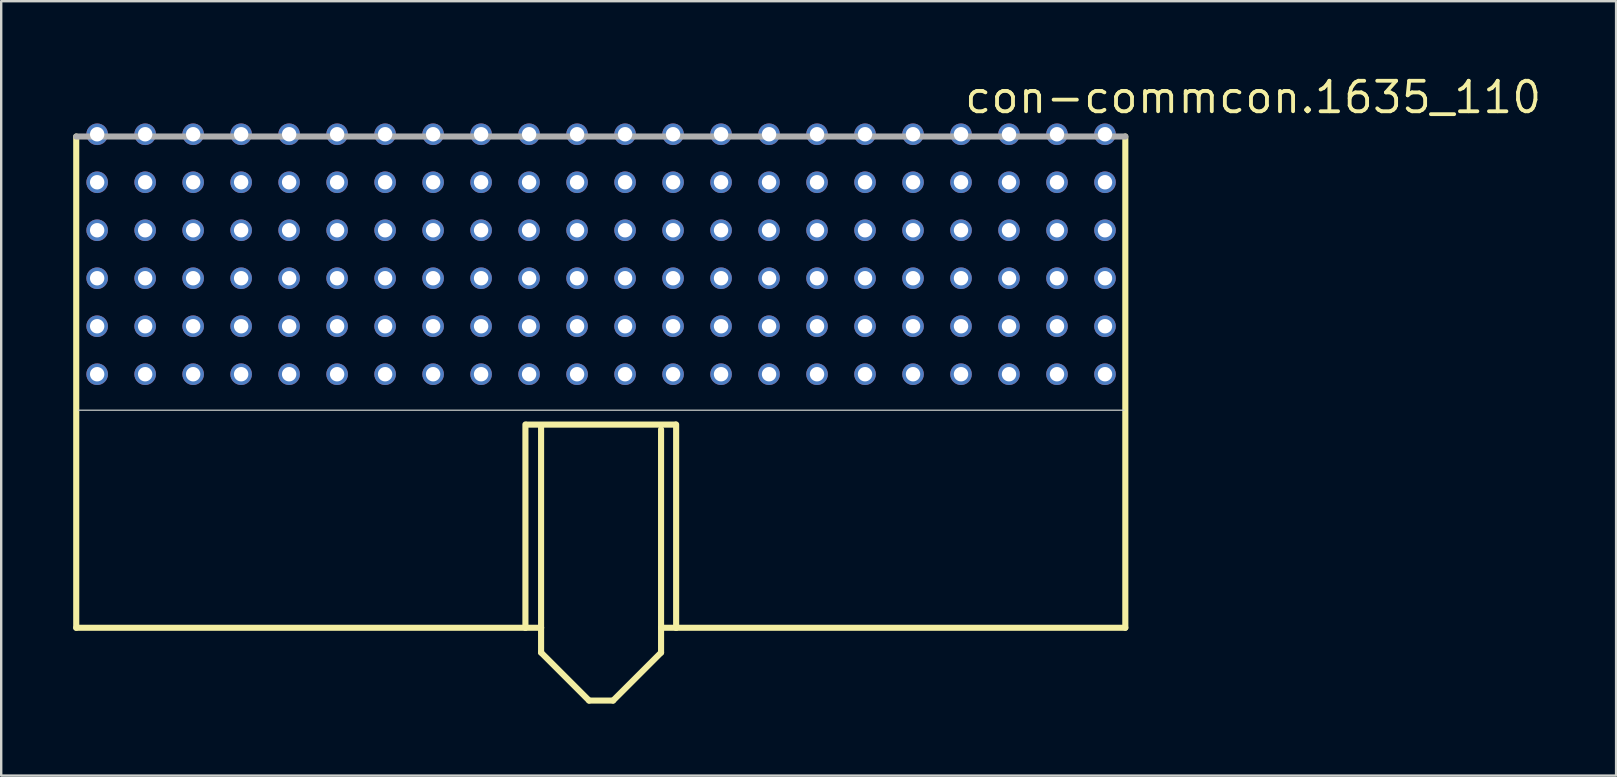
<source format=kicad_pcb>
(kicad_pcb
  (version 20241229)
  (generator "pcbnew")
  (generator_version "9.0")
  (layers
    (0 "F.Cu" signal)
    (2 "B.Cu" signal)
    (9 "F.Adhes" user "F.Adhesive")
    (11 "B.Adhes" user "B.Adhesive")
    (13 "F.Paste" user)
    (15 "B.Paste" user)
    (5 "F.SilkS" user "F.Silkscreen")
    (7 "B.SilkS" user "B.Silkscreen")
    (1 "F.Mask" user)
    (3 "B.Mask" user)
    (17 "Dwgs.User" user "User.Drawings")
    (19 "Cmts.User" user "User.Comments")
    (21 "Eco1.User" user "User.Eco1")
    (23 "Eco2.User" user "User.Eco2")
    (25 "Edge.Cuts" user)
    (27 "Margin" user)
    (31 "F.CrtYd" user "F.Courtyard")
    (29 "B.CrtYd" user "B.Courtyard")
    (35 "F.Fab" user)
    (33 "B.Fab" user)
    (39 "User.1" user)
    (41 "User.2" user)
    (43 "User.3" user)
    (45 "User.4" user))
  (footprint "con-commcon.1635_110"
    (layer "F.Cu")
    (at 21.999 13.815)
    (property "Reference" "con-commcon.1635_110" (at 15.065 -12.065 0) (layer "F.SilkS") (effects (font (size 1.27 1.27) (thickness 0.16)) (justify left bottom)))
    (attr through_hole)
    (fp_line (start -21.872 -11.176) (end -21.872 9.296) (stroke (width 0.254) (type default)) (layer "F.SilkS"))
    (fp_line (start -21.872 9.296) (end -3.153 9.296) (stroke (width 0.254) (type default)) (layer "F.SilkS"))
    (fp_line (start -3.153 9.296) (end -3.153 0.824) (stroke (width 0.254) (type default)) (layer "F.SilkS"))
    (fp_line (start -3.153 9.296) (end -2.5 9.296) (stroke (width 0.254) (type default)) (layer "F.SilkS"))
    (fp_line (start -3.1 0.83) (end 3.1 0.83) (stroke (width 0.254) (type default)) (layer "F.SilkS"))
    (fp_line (start -2.5 9.296) (end -2.5 0.93) (stroke (width 0.254) (type default)) (layer "F.SilkS"))
    (fp_line (start -2.5 10.33) (end -2.5 9.296) (stroke (width 0.254) (type default)) (layer "F.SilkS"))
    (fp_line (start -2.5 10.33) (end -0.5 12.33) (stroke (width 0.254) (type default)) (layer "F.SilkS"))
    (fp_line (start -0.5 12.33) (end 0.5 12.33) (stroke (width 0.254) (type default)) (layer "F.SilkS"))
    (fp_line (start 0.5 12.33) (end 2.5 10.33) (stroke (width 0.254) (type default)) (layer "F.SilkS"))
    (fp_line (start 2.5 9.296) (end 2.5 1.03) (stroke (width 0.254) (type default)) (layer "F.SilkS"))
    (fp_line (start 2.5 9.296) (end 3.128 9.296) (stroke (width 0.254) (type default)) (layer "F.SilkS"))
    (fp_line (start 2.5 10.33) (end 2.5 9.296) (stroke (width 0.254) (type default)) (layer "F.SilkS"))
    (fp_line (start 3.128 0.824) (end 3.128 9.296) (stroke (width 0.254) (type default)) (layer "F.SilkS"))
    (fp_line (start 3.128 9.296) (end 21.847 9.296) (stroke (width 0.254) (type default)) (layer "F.SilkS"))
    (fp_line (start 21.847 9.296) (end 21.847 -11.176) (stroke (width 0.254) (type default)) (layer "F.SilkS"))
    (fp_line (start -21.789 0.23) (end 21.789 0.23) (stroke (width 0.051) (type default)) (layer "Edge.Cuts"))
    (fp_line (start 21.847 -11.176) (end -21.872 -11.176) (stroke (width 0.254) (type default)) (layer "F.Fab"))
    (pad "A1" thru_hole circle (at 21 -1.27) (size 0.9 0.9) (drill 0.6) (layers "*.Cu" "*.Mask"))
    (pad "A2" thru_hole circle (at 19 -1.27) (size 0.9 0.9) (drill 0.6) (layers "*.Cu" "*.Mask"))
    (pad "A3" thru_hole circle (at 17 -1.27) (size 0.9 0.9) (drill 0.6) (layers "*.Cu" "*.Mask"))
    (pad "A4" thru_hole circle (at 15 -1.27) (size 0.9 0.9) (drill 0.6) (layers "*.Cu" "*.Mask"))
    (pad "A5" thru_hole circle (at 13 -1.27) (size 0.9 0.9) (drill 0.6) (layers "*.Cu" "*.Mask"))
    (pad "A6" thru_hole circle (at 11 -1.27) (size 0.9 0.9) (drill 0.6) (layers "*.Cu" "*.Mask"))
    (pad "A7" thru_hole circle (at 9 -1.27) (size 0.9 0.9) (drill 0.6) (layers "*.Cu" "*.Mask"))
    (pad "A8" thru_hole circle (at 7 -1.27) (size 0.9 0.9) (drill 0.6) (layers "*.Cu" "*.Mask"))
    (pad "A9" thru_hole circle (at 5 -1.27) (size 0.9 0.9) (drill 0.6) (layers "*.Cu" "*.Mask"))
    (pad "A10" thru_hole circle (at 3 -1.27) (size 0.9 0.9) (drill 0.6) (layers "*.Cu" "*.Mask"))
    (pad "A11" thru_hole circle (at 1 -1.27) (size 0.9 0.9) (drill 0.6) (layers "*.Cu" "*.Mask"))
    (pad "A12" thru_hole circle (at -1 -1.27) (size 0.9 0.9) (drill 0.6) (layers "*.Cu" "*.Mask"))
    (pad "A13" thru_hole circle (at -3 -1.27) (size 0.9 0.9) (drill 0.6) (layers "*.Cu" "*.Mask"))
    (pad "A14" thru_hole circle (at -5 -1.27) (size 0.9 0.9) (drill 0.6) (layers "*.Cu" "*.Mask"))
    (pad "A15" thru_hole circle (at -7 -1.27) (size 0.9 0.9) (drill 0.6) (layers "*.Cu" "*.Mask"))
    (pad "A16" thru_hole circle (at -9 -1.27) (size 0.9 0.9) (drill 0.6) (layers "*.Cu" "*.Mask"))
    (pad "A17" thru_hole circle (at -11 -1.27) (size 0.9 0.9) (drill 0.6) (layers "*.Cu" "*.Mask"))
    (pad "A18" thru_hole circle (at -13 -1.27) (size 0.9 0.9) (drill 0.6) (layers "*.Cu" "*.Mask"))
    (pad "A19" thru_hole circle (at -15 -1.27) (size 0.9 0.9) (drill 0.6) (layers "*.Cu" "*.Mask"))
    (pad "A20" thru_hole circle (at -17 -1.27) (size 0.9 0.9) (drill 0.6) (layers "*.Cu" "*.Mask"))
    (pad "A21" thru_hole circle (at -19 -1.27) (size 0.9 0.9) (drill 0.6) (layers "*.Cu" "*.Mask"))
    (pad "A22" thru_hole circle (at -21 -1.27) (size 0.9 0.9) (drill 0.6) (layers "*.Cu" "*.Mask"))
    (pad "B1" thru_hole circle (at 21 -3.27) (size 0.9 0.9) (drill 0.6) (layers "*.Cu" "*.Mask"))
    (pad "B2" thru_hole circle (at 19 -3.27) (size 0.9 0.9) (drill 0.6) (layers "*.Cu" "*.Mask"))
    (pad "B3" thru_hole circle (at 17 -3.27) (size 0.9 0.9) (drill 0.6) (layers "*.Cu" "*.Mask"))
    (pad "B4" thru_hole circle (at 15 -3.27) (size 0.9 0.9) (drill 0.6) (layers "*.Cu" "*.Mask"))
    (pad "B5" thru_hole circle (at 13 -3.27) (size 0.9 0.9) (drill 0.6) (layers "*.Cu" "*.Mask"))
    (pad "B6" thru_hole circle (at 11 -3.27) (size 0.9 0.9) (drill 0.6) (layers "*.Cu" "*.Mask"))
    (pad "B7" thru_hole circle (at 9 -3.27) (size 0.9 0.9) (drill 0.6) (layers "*.Cu" "*.Mask"))
    (pad "B8" thru_hole circle (at 7 -3.27) (size 0.9 0.9) (drill 0.6) (layers "*.Cu" "*.Mask"))
    (pad "B9" thru_hole circle (at 5 -3.27) (size 0.9 0.9) (drill 0.6) (layers "*.Cu" "*.Mask"))
    (pad "B10" thru_hole circle (at 3 -3.27) (size 0.9 0.9) (drill 0.6) (layers "*.Cu" "*.Mask"))
    (pad "B11" thru_hole circle (at 1 -3.27) (size 0.9 0.9) (drill 0.6) (layers "*.Cu" "*.Mask"))
    (pad "B12" thru_hole circle (at -1 -3.27) (size 0.9 0.9) (drill 0.6) (layers "*.Cu" "*.Mask"))
    (pad "B13" thru_hole circle (at -3 -3.27) (size 0.9 0.9) (drill 0.6) (layers "*.Cu" "*.Mask"))
    (pad "B14" thru_hole circle (at -5 -3.27) (size 0.9 0.9) (drill 0.6) (layers "*.Cu" "*.Mask"))
    (pad "B15" thru_hole circle (at -7 -3.27) (size 0.9 0.9) (drill 0.6) (layers "*.Cu" "*.Mask"))
    (pad "B16" thru_hole circle (at -9 -3.27) (size 0.9 0.9) (drill 0.6) (layers "*.Cu" "*.Mask"))
    (pad "B17" thru_hole circle (at -11 -3.27) (size 0.9 0.9) (drill 0.6) (layers "*.Cu" "*.Mask"))
    (pad "B18" thru_hole circle (at -13 -3.27) (size 0.9 0.9) (drill 0.6) (layers "*.Cu" "*.Mask"))
    (pad "B19" thru_hole circle (at -15 -3.27) (size 0.9 0.9) (drill 0.6) (layers "*.Cu" "*.Mask"))
    (pad "B20" thru_hole circle (at -17 -3.27) (size 0.9 0.9) (drill 0.6) (layers "*.Cu" "*.Mask"))
    (pad "B21" thru_hole circle (at -19 -3.27) (size 0.9 0.9) (drill 0.6) (layers "*.Cu" "*.Mask"))
    (pad "B22" thru_hole circle (at -21 -3.27) (size 0.9 0.9) (drill 0.6) (layers "*.Cu" "*.Mask"))
    (pad "C1" thru_hole circle (at 21 -5.27) (size 0.9 0.9) (drill 0.6) (layers "*.Cu" "*.Mask"))
    (pad "C2" thru_hole circle (at 19 -5.27) (size 0.9 0.9) (drill 0.6) (layers "*.Cu" "*.Mask"))
    (pad "C3" thru_hole circle (at 17 -5.27) (size 0.9 0.9) (drill 0.6) (layers "*.Cu" "*.Mask"))
    (pad "C4" thru_hole circle (at 15 -5.27) (size 0.9 0.9) (drill 0.6) (layers "*.Cu" "*.Mask"))
    (pad "C5" thru_hole circle (at 13 -5.27) (size 0.9 0.9) (drill 0.6) (layers "*.Cu" "*.Mask"))
    (pad "C6" thru_hole circle (at 11 -5.27) (size 0.9 0.9) (drill 0.6) (layers "*.Cu" "*.Mask"))
    (pad "C7" thru_hole circle (at 9 -5.27) (size 0.9 0.9) (drill 0.6) (layers "*.Cu" "*.Mask"))
    (pad "C8" thru_hole circle (at 7 -5.27) (size 0.9 0.9) (drill 0.6) (layers "*.Cu" "*.Mask"))
    (pad "C9" thru_hole circle (at 5 -5.27) (size 0.9 0.9) (drill 0.6) (layers "*.Cu" "*.Mask"))
    (pad "C10" thru_hole circle (at 3 -5.27) (size 0.9 0.9) (drill 0.6) (layers "*.Cu" "*.Mask"))
    (pad "C11" thru_hole circle (at 1 -5.27) (size 0.9 0.9) (drill 0.6) (layers "*.Cu" "*.Mask"))
    (pad "C12" thru_hole circle (at -1 -5.27) (size 0.9 0.9) (drill 0.6) (layers "*.Cu" "*.Mask"))
    (pad "C13" thru_hole circle (at -3 -5.27) (size 0.9 0.9) (drill 0.6) (layers "*.Cu" "*.Mask"))
    (pad "C14" thru_hole circle (at -5 -5.27) (size 0.9 0.9) (drill 0.6) (layers "*.Cu" "*.Mask"))
    (pad "C15" thru_hole circle (at -7 -5.27) (size 0.9 0.9) (drill 0.6) (layers "*.Cu" "*.Mask"))
    (pad "C16" thru_hole circle (at -9 -5.27) (size 0.9 0.9) (drill 0.6) (layers "*.Cu" "*.Mask"))
    (pad "C17" thru_hole circle (at -11 -5.27) (size 0.9 0.9) (drill 0.6) (layers "*.Cu" "*.Mask"))
    (pad "C18" thru_hole circle (at -13 -5.27) (size 0.9 0.9) (drill 0.6) (layers "*.Cu" "*.Mask"))
    (pad "C19" thru_hole circle (at -15 -5.27) (size 0.9 0.9) (drill 0.6) (layers "*.Cu" "*.Mask"))
    (pad "C20" thru_hole circle (at -17 -5.27) (size 0.9 0.9) (drill 0.6) (layers "*.Cu" "*.Mask"))
    (pad "C21" thru_hole circle (at -19 -5.27) (size 0.9 0.9) (drill 0.6) (layers "*.Cu" "*.Mask"))
    (pad "C22" thru_hole circle (at -21 -5.27) (size 0.9 0.9) (drill 0.6) (layers "*.Cu" "*.Mask"))
    (pad "D1" thru_hole circle (at 21 -7.27) (size 0.9 0.9) (drill 0.6) (layers "*.Cu" "*.Mask"))
    (pad "D2" thru_hole circle (at 19 -7.27) (size 0.9 0.9) (drill 0.6) (layers "*.Cu" "*.Mask"))
    (pad "D3" thru_hole circle (at 17 -7.27) (size 0.9 0.9) (drill 0.6) (layers "*.Cu" "*.Mask"))
    (pad "D4" thru_hole circle (at 15 -7.27) (size 0.9 0.9) (drill 0.6) (layers "*.Cu" "*.Mask"))
    (pad "D5" thru_hole circle (at 13 -7.27) (size 0.9 0.9) (drill 0.6) (layers "*.Cu" "*.Mask"))
    (pad "D6" thru_hole circle (at 11 -7.27) (size 0.9 0.9) (drill 0.6) (layers "*.Cu" "*.Mask"))
    (pad "D7" thru_hole circle (at 9 -7.27) (size 0.9 0.9) (drill 0.6) (layers "*.Cu" "*.Mask"))
    (pad "D8" thru_hole circle (at 7 -7.27) (size 0.9 0.9) (drill 0.6) (layers "*.Cu" "*.Mask"))
    (pad "D9" thru_hole circle (at 5 -7.27) (size 0.9 0.9) (drill 0.6) (layers "*.Cu" "*.Mask"))
    (pad "D10" thru_hole circle (at 3 -7.27) (size 0.9 0.9) (drill 0.6) (layers "*.Cu" "*.Mask"))
    (pad "D11" thru_hole circle (at 1 -7.27) (size 0.9 0.9) (drill 0.6) (layers "*.Cu" "*.Mask"))
    (pad "D12" thru_hole circle (at -1 -7.27) (size 0.9 0.9) (drill 0.6) (layers "*.Cu" "*.Mask"))
    (pad "D13" thru_hole circle (at -3 -7.27) (size 0.9 0.9) (drill 0.6) (layers "*.Cu" "*.Mask"))
    (pad "D14" thru_hole circle (at -5 -7.27) (size 0.9 0.9) (drill 0.6) (layers "*.Cu" "*.Mask"))
    (pad "D15" thru_hole circle (at -7 -7.27) (size 0.9 0.9) (drill 0.6) (layers "*.Cu" "*.Mask"))
    (pad "D16" thru_hole circle (at -9 -7.27) (size 0.9 0.9) (drill 0.6) (layers "*.Cu" "*.Mask"))
    (pad "D17" thru_hole circle (at -11 -7.27) (size 0.9 0.9) (drill 0.6) (layers "*.Cu" "*.Mask"))
    (pad "D18" thru_hole circle (at -13 -7.27) (size 0.9 0.9) (drill 0.6) (layers "*.Cu" "*.Mask"))
    (pad "D19" thru_hole circle (at -15 -7.27) (size 0.9 0.9) (drill 0.6) (layers "*.Cu" "*.Mask"))
    (pad "D20" thru_hole circle (at -17 -7.27) (size 0.9 0.9) (drill 0.6) (layers "*.Cu" "*.Mask"))
    (pad "D21" thru_hole circle (at -19 -7.27) (size 0.9 0.9) (drill 0.6) (layers "*.Cu" "*.Mask"))
    (pad "D22" thru_hole circle (at -21 -7.27) (size 0.9 0.9) (drill 0.6) (layers "*.Cu" "*.Mask"))
    (pad "E1" thru_hole circle (at 21 -9.27) (size 0.9 0.9) (drill 0.6) (layers "*.Cu" "*.Mask"))
    (pad "E2" thru_hole circle (at 19 -9.27) (size 0.9 0.9) (drill 0.6) (layers "*.Cu" "*.Mask"))
    (pad "E3" thru_hole circle (at 17 -9.27) (size 0.9 0.9) (drill 0.6) (layers "*.Cu" "*.Mask"))
    (pad "E4" thru_hole circle (at 15 -9.27) (size 0.9 0.9) (drill 0.6) (layers "*.Cu" "*.Mask"))
    (pad "E5" thru_hole circle (at 13 -9.27) (size 0.9 0.9) (drill 0.6) (layers "*.Cu" "*.Mask"))
    (pad "E6" thru_hole circle (at 11 -9.27) (size 0.9 0.9) (drill 0.6) (layers "*.Cu" "*.Mask"))
    (pad "E7" thru_hole circle (at 9 -9.27) (size 0.9 0.9) (drill 0.6) (layers "*.Cu" "*.Mask"))
    (pad "E8" thru_hole circle (at 7 -9.27) (size 0.9 0.9) (drill 0.6) (layers "*.Cu" "*.Mask"))
    (pad "E9" thru_hole circle (at 5 -9.27) (size 0.9 0.9) (drill 0.6) (layers "*.Cu" "*.Mask"))
    (pad "E10" thru_hole circle (at 3 -9.27) (size 0.9 0.9) (drill 0.6) (layers "*.Cu" "*.Mask"))
    (pad "E11" thru_hole circle (at 1 -9.27) (size 0.9 0.9) (drill 0.6) (layers "*.Cu" "*.Mask"))
    (pad "E12" thru_hole circle (at -1 -9.27) (size 0.9 0.9) (drill 0.6) (layers "*.Cu" "*.Mask"))
    (pad "E13" thru_hole circle (at -3 -9.27) (size 0.9 0.9) (drill 0.6) (layers "*.Cu" "*.Mask"))
    (pad "E14" thru_hole circle (at -5 -9.27) (size 0.9 0.9) (drill 0.6) (layers "*.Cu" "*.Mask"))
    (pad "E15" thru_hole circle (at -7 -9.27) (size 0.9 0.9) (drill 0.6) (layers "*.Cu" "*.Mask"))
    (pad "E16" thru_hole circle (at -9 -9.27) (size 0.9 0.9) (drill 0.6) (layers "*.Cu" "*.Mask"))
    (pad "E17" thru_hole circle (at -11 -9.27) (size 0.9 0.9) (drill 0.6) (layers "*.Cu" "*.Mask"))
    (pad "E18" thru_hole circle (at -13 -9.27) (size 0.9 0.9) (drill 0.6) (layers "*.Cu" "*.Mask"))
    (pad "E19" thru_hole circle (at -15 -9.27) (size 0.9 0.9) (drill 0.6) (layers "*.Cu" "*.Mask"))
    (pad "E20" thru_hole circle (at -17 -9.27) (size 0.9 0.9) (drill 0.6) (layers "*.Cu" "*.Mask"))
    (pad "E21" thru_hole circle (at -19 -9.27) (size 0.9 0.9) (drill 0.6) (layers "*.Cu" "*.Mask"))
    (pad "E22" thru_hole circle (at -21 -9.27) (size 0.9 0.9) (drill 0.6) (layers "*.Cu" "*.Mask"))
    (pad "F1" thru_hole circle (at 21 -11.27) (size 0.9 0.9) (drill 0.6) (layers "*.Cu" "*.Mask"))
    (pad "F2" thru_hole circle (at 19 -11.27) (size 0.9 0.9) (drill 0.6) (layers "*.Cu" "*.Mask"))
    (pad "F3" thru_hole circle (at 17 -11.27) (size 0.9 0.9) (drill 0.6) (layers "*.Cu" "*.Mask"))
    (pad "F4" thru_hole circle (at 15 -11.27) (size 0.9 0.9) (drill 0.6) (layers "*.Cu" "*.Mask"))
    (pad "F5" thru_hole circle (at 13 -11.27) (size 0.9 0.9) (drill 0.6) (layers "*.Cu" "*.Mask"))
    (pad "F6" thru_hole circle (at 11 -11.27) (size 0.9 0.9) (drill 0.6) (layers "*.Cu" "*.Mask"))
    (pad "F7" thru_hole circle (at 9 -11.27) (size 0.9 0.9) (drill 0.6) (layers "*.Cu" "*.Mask"))
    (pad "F8" thru_hole circle (at 7 -11.27) (size 0.9 0.9) (drill 0.6) (layers "*.Cu" "*.Mask"))
    (pad "F9" thru_hole circle (at 5 -11.27) (size 0.9 0.9) (drill 0.6) (layers "*.Cu" "*.Mask"))
    (pad "F10" thru_hole circle (at 3 -11.27) (size 0.9 0.9) (drill 0.6) (layers "*.Cu" "*.Mask"))
    (pad "F11" thru_hole circle (at 1 -11.27) (size 0.9 0.9) (drill 0.6) (layers "*.Cu" "*.Mask"))
    (pad "F12" thru_hole circle (at -1 -11.27) (size 0.9 0.9) (drill 0.6) (layers "*.Cu" "*.Mask"))
    (pad "F13" thru_hole circle (at -3 -11.27) (size 0.9 0.9) (drill 0.6) (layers "*.Cu" "*.Mask"))
    (pad "F14" thru_hole circle (at -5 -11.27) (size 0.9 0.9) (drill 0.6) (layers "*.Cu" "*.Mask"))
    (pad "F15" thru_hole circle (at -7 -11.27) (size 0.9 0.9) (drill 0.6) (layers "*.Cu" "*.Mask"))
    (pad "F16" thru_hole circle (at -9 -11.27) (size 0.9 0.9) (drill 0.6) (layers "*.Cu" "*.Mask"))
    (pad "F17" thru_hole circle (at -11 -11.27) (size 0.9 0.9) (drill 0.6) (layers "*.Cu" "*.Mask"))
    (pad "F18" thru_hole circle (at -13 -11.27) (size 0.9 0.9) (drill 0.6) (layers "*.Cu" "*.Mask"))
    (pad "F19" thru_hole circle (at -15 -11.27) (size 0.9 0.9) (drill 0.6) (layers "*.Cu" "*.Mask"))
    (pad "F20" thru_hole circle (at -17 -11.27) (size 0.9 0.9) (drill 0.6) (layers "*.Cu" "*.Mask"))
    (pad "F21" thru_hole circle (at -19 -11.27) (size 0.9 0.9) (drill 0.6) (layers "*.Cu" "*.Mask"))
    (pad "F22" thru_hole circle (at -21 -11.27) (size 0.9 0.9) (drill 0.6) (layers "*.Cu" "*.Mask")))
  (gr_rect
    (start -3 -3)
    (end 64.299 29.272)
    (stroke (width 0.1) (type default))
    (fill no)
    (layer "Edge.Cuts")))
</source>
